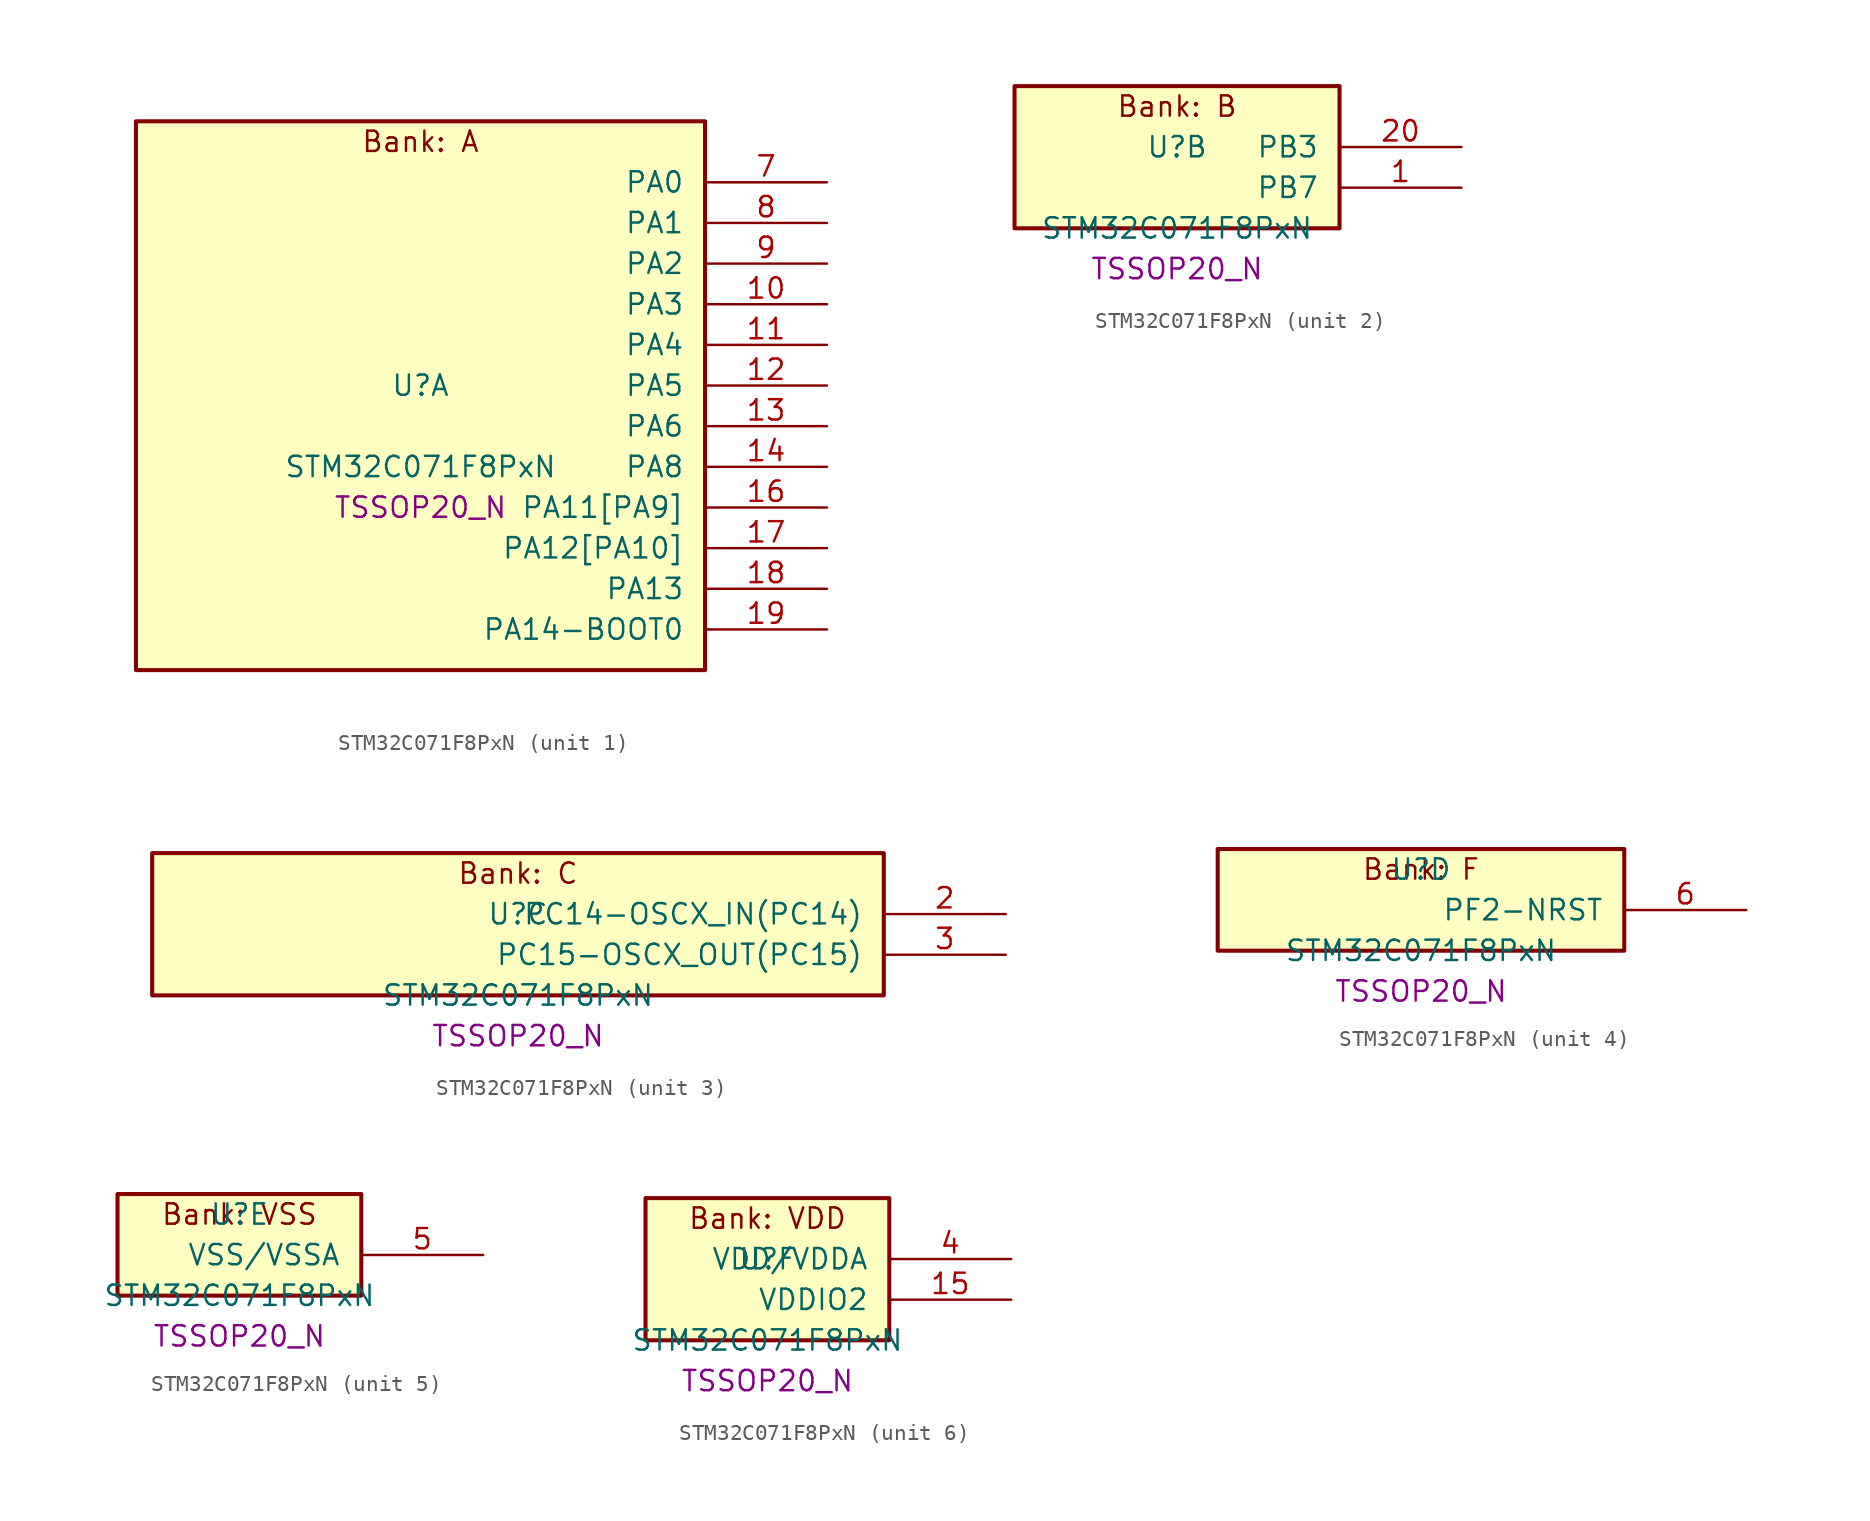
<source format=kicad_sym>
(kicad_symbol_lib
  (version 20241209)
  (generator "stm32_pkl_generator")
  (generator_version "1.0")
  (symbol "STM32C071F8PxN"
    (pin_names
      (offset 1.27))
    (property "Reference" "U"
      (at 0 2.54 0))
    (property "Value" "STM32C071F8PxN"
      (at 0 -2.54 0))
    (property "Footprint" "TSSOP20_N"
      (at 0 -5.08 0))
    (symbol "STM32C071F8PxN_1_1"
      (rectangle (start -17.78 19.05) (end 17.78 -15.24) (stroke (width 0.254) (type solid)) (fill (type background)))
      (text "Bank: A" (at 0 17.78 0))
      (pin bidirectional line (at 25.4 15.24 180) (length 7.62) (name "PA0") (number "7") (alternate "PA0/ADC1_IN0" bidirectional line) (alternate "PA0/PWR_WKUP1" bidirectional line) (alternate "PA0/SPI2_SCK" bidirectional line) (alternate "PA0/TIM16_CH1" bidirectional line) (alternate "PA0/TIM1_CH1" bidirectional line) (alternate "PA0/TIM2_CH1" bidirectional line) (alternate "PA0/TIM2_ETR" bidirectional line) (alternate "PA0/USART1_TX" bidirectional line) (alternate "PA0/USART2_CTS" bidirectional line) (alternate "PA0/USART2_NSS" bidirectional line))
      (pin bidirectional line (at 25.4 12.7 180) (length 7.62) (name "PA1") (number "8") (alternate "PA1/ADC1_IN1" bidirectional line) (alternate "PA1/I2C1_SMBA" bidirectional line) (alternate "PA1/I2S1_CK" bidirectional line) (alternate "PA1/SPI1_SCK" bidirectional line) (alternate "PA1/TIM17_CH1" bidirectional line) (alternate "PA1/TIM1_CH2" bidirectional line) (alternate "PA1/TIM2_CH2" bidirectional line) (alternate "PA1/USART1_RX" bidirectional line) (alternate "PA1/USART2_CK" bidirectional line) (alternate "PA1/USART2_DE" bidirectional line) (alternate "PA1/USART2_RTS" bidirectional line))
      (pin bidirectional line (at 25.4 10.16 180) (length 7.62) (name "PA2") (number "9") (alternate "PA2/ADC1_IN2" bidirectional line) (alternate "PA2/I2S1_SD" bidirectional line) (alternate "PA2/PWR_WKUP4" bidirectional line) (alternate "PA2/RCC_LSCO" bidirectional line) (alternate "PA2/SPI1_MOSI" bidirectional line) (alternate "PA2/TIM16_CH1N" bidirectional line) (alternate "PA2/TIM1_CH3" bidirectional line) (alternate "PA2/TIM2_CH3" bidirectional line) (alternate "PA2/TIM3_ETR" bidirectional line) (alternate "PA2/USART2_TX" bidirectional line))
      (pin bidirectional line (at 25.4 7.62 180) (length 7.62) (name "PA3") (number "10") (alternate "PA3/ADC1_IN3" bidirectional line) (alternate "PA3/SPI2_MISO" bidirectional line) (alternate "PA3/TIM1_CH1N" bidirectional line) (alternate "PA3/TIM1_CH4" bidirectional line) (alternate "PA3/TIM2_CH4" bidirectional line) (alternate "PA3/USART2_RX" bidirectional line))
      (pin bidirectional line (at 25.4 5.08 180) (length 7.62) (name "PA4") (number "11") (alternate "PA4/ADC1_IN4" bidirectional line) (alternate "PA4/I2S1_WS" bidirectional line) (alternate "PA4/PWR_WKUP2" bidirectional line) (alternate "PA4/RTC_OUT1" bidirectional line) (alternate "PA4/RTC_TS" bidirectional line) (alternate "PA4/SPI1_NSS" bidirectional line) (alternate "PA4/SPI2_MOSI" bidirectional line) (alternate "PA4/TIM14_CH1" bidirectional line) (alternate "PA4/TIM17_CH1N" bidirectional line) (alternate "PA4/TIM1_CH2N" bidirectional line) (alternate "PA4/USART2_TX" bidirectional line) (alternate "PA4/USB_NOE" bidirectional line))
      (pin bidirectional line (at 25.4 2.54 180) (length 7.62) (name "PA5") (number "12") (alternate "PA5/ADC1_IN5" bidirectional line) (alternate "PA5/I2S1_CK" bidirectional line) (alternate "PA5/SPI1_SCK" bidirectional line) (alternate "PA5/TIM1_CH1" bidirectional line) (alternate "PA5/TIM1_CH3N" bidirectional line) (alternate "PA5/TIM2_CH1" bidirectional line) (alternate "PA5/TIM2_ETR" bidirectional line) (alternate "PA5/USART2_RX" bidirectional line))
      (pin bidirectional line (at 25.4 0 180) (length 7.62) (name "PA6") (number "13") (alternate "PA6/ADC1_IN6" bidirectional line) (alternate "PA6/I2C2_SDA" bidirectional line) (alternate "PA6/I2S1_MCK" bidirectional line) (alternate "PA6/SPI1_MISO" bidirectional line) (alternate "PA6/TIM16_CH1" bidirectional line) (alternate "PA6/TIM1_BKIN" bidirectional line) (alternate "PA6/TIM3_CH1" bidirectional line))
      (pin bidirectional line (at 25.4 -2.54 180) (length 7.62) (name "PA8") (number "14") (alternate "PA8/ADC1_IN8" bidirectional line) (alternate "PA8/CRS_SYNC" bidirectional line) (alternate "PA8/I2S1_WS" bidirectional line) (alternate "PA8/RCC_MCO" bidirectional line) (alternate "PA8/RCC_MCO_2" bidirectional line) (alternate "PA8/SPI1_NSS" bidirectional line) (alternate "PA8/SPI2_MISO" bidirectional line) (alternate "PA8/SPI2_NSS" bidirectional line) (alternate "PA8/TIM14_CH1" bidirectional line) (alternate "PA8/TIM1_CH1" bidirectional line) (alternate "PA8/TIM1_CH2N" bidirectional line) (alternate "PA8/TIM1_CH3N" bidirectional line) (alternate "PA8/TIM3_CH3" bidirectional line) (alternate "PA8/TIM3_CH4" bidirectional line) (alternate "PA8/USART1_RX" bidirectional line) (alternate "PA8/USART2_TX" bidirectional line))
      (pin bidirectional line (at 25.4 -5.08 180) (length 7.62) (name "PA11[PA9]") (number "16") (alternate "PA11[PA9]/ADC1_EXTI11" bidirectional line) (alternate "PA11[PA9]/I2C2_SCL" bidirectional line) (alternate "PA11[PA9]/I2S1_MCK" bidirectional line) (alternate "PA11[PA9]/SPI1_MISO" bidirectional line) (alternate "PA11[PA9]/TIM1_BKIN2" bidirectional line) (alternate "PA11[PA9]/TIM1_CH4" bidirectional line) (alternate "PA11[PA9]/USART1_CTS" bidirectional line) (alternate "PA11[PA9]/USART1_NSS" bidirectional line) (alternate "PA11[PA9]/USB_DM" bidirectional line) (alternate "PA11[PA9]/PA9[PA11]" bidirectional line) (alternate "PA11[PA9]/I2C1_SCL" bidirectional line) (alternate "PA11[PA9]/RCC_MCO" bidirectional line) (alternate "PA11[PA9]/SPI2_MISO" bidirectional line) (alternate "PA11[PA9]/TIM1_CH2" bidirectional line) (alternate "PA11[PA9]/TIM3_ETR" bidirectional line) (alternate "PA11[PA9]/USART1_TX" bidirectional line))
      (pin bidirectional line (at 25.4 -7.62 180) (length 7.62) (name "PA12[PA10]") (number "17") (alternate "PA12[PA10]/I2C2_SDA" bidirectional line) (alternate "PA12[PA10]/I2S1_SD" bidirectional line) (alternate "PA12[PA10]/I2S_CKIN" bidirectional line) (alternate "PA12[PA10]/SPI1_MOSI" bidirectional line) (alternate "PA12[PA10]/TIM1_ETR" bidirectional line) (alternate "PA12[PA10]/USART1_CK" bidirectional line) (alternate "PA12[PA10]/USART1_DE" bidirectional line) (alternate "PA12[PA10]/USART1_RTS" bidirectional line) (alternate "PA12[PA10]/USB_DP" bidirectional line) (alternate "PA12[PA10]/PA10[PA12]" bidirectional line) (alternate "PA12[PA10]/I2C1_SDA" bidirectional line) (alternate "PA12[PA10]/RCC_MCO_2" bidirectional line) (alternate "PA12[PA10]/SPI2_MOSI" bidirectional line) (alternate "PA12[PA10]/TIM17_BKIN" bidirectional line) (alternate "PA12[PA10]/TIM1_CH3" bidirectional line) (alternate "PA12[PA10]/USART1_RX" bidirectional line))
      (pin bidirectional line (at 25.4 -10.16 180) (length 7.62) (name "PA13") (number "18") (alternate "PA13/ADC1_IN13" bidirectional line) (alternate "PA13/DEBUG_SWDIO" bidirectional line) (alternate "PA13/IR_OUT" bidirectional line) (alternate "PA13/TIM3_ETR" bidirectional line) (alternate "PA13/USART2_RX" bidirectional line) (alternate "PA13/USB_NOE" bidirectional line))
      (pin bidirectional line (at 25.4 -12.7 180) (length 7.62) (name "PA14-BOOT0") (number "19") (alternate "PA14-BOOT0/ADC1_IN14" bidirectional line) (alternate "PA14-BOOT0/DEBUG_SWCLK" bidirectional line) (alternate "PA14-BOOT0/I2S1_WS" bidirectional line) (alternate "PA14-BOOT0/RCC_MCO_2" bidirectional line) (alternate "PA14-BOOT0/SPI1_NSS" bidirectional line) (alternate "PA14-BOOT0/TIM1_CH1" bidirectional line) (alternate "PA14-BOOT0/USART1_CK" bidirectional line) (alternate "PA14-BOOT0/USART1_DE" bidirectional line) (alternate "PA14-BOOT0/USART1_RTS" bidirectional line) (alternate "PA14-BOOT0/USART2_RX" bidirectional line) (alternate "PA14-BOOT0/USART2_TX" bidirectional line) (alternate "PA14-BOOT0/PA15" bidirectional line) (alternate "PA14-BOOT0/TIM2_CH1" bidirectional line) (alternate "PA14-BOOT0/TIM2_ETR" bidirectional line) (alternate "PA14-BOOT0/USB_NOE" bidirectional line)))
    (symbol "STM32C071F8PxN_2_1"
      (rectangle (start -10.16 6.35) (end 10.16 -2.54) (stroke (width 0.254) (type solid)) (fill (type background)))
      (text "Bank: B" (at 0 5.08 0))
      (pin bidirectional line (at 17.78 2.54 180) (length 7.62) (name "PB3") (number "20") (alternate "PB3/I2C2_SCL" bidirectional line) (alternate "PB3/I2S1_CK" bidirectional line) (alternate "PB3/SPI1_SCK" bidirectional line) (alternate "PB3/TIM1_CH2" bidirectional line) (alternate "PB3/TIM2_CH2" bidirectional line) (alternate "PB3/TIM3_CH2" bidirectional line) (alternate "PB3/USART1_CK" bidirectional line) (alternate "PB3/USART1_DE" bidirectional line) (alternate "PB3/USART1_RTS" bidirectional line) (alternate "PB3/PB4" bidirectional line) (alternate "PB3/I2C2_SDA" bidirectional line) (alternate "PB3/I2S1_MCK" bidirectional line) (alternate "PB3/SPI1_MISO" bidirectional line) (alternate "PB3/TIM17_BKIN" bidirectional line) (alternate "PB3/TIM3_CH1" bidirectional line) (alternate "PB3/USART1_CTS" bidirectional line) (alternate "PB3/USART1_NSS" bidirectional line) (alternate "PB3/PB5" bidirectional line) (alternate "PB3/I2C1_SMBA" bidirectional line) (alternate "PB3/I2S1_SD" bidirectional line) (alternate "PB3/PWR_WKUP6" bidirectional line) (alternate "PB3/SPI1_MOSI" bidirectional line) (alternate "PB3/TIM16_BKIN" bidirectional line) (alternate "PB3/TIM3_CH3" bidirectional line) (alternate "PB3/PB6" bidirectional line) (alternate "PB3/I2C1_SCL" bidirectional line) (alternate "PB3/PWR_WKUP3" bidirectional line) (alternate "PB3/SPI2_MISO" bidirectional line) (alternate "PB3/TIM16_CH1N" bidirectional line) (alternate "PB3/TIM1_CH3" bidirectional line) (alternate "PB3/USART1_TX" bidirectional line))
      (pin bidirectional line (at 17.78 0 180) (length 7.62) (name "PB7") (number "1") (alternate "PB7/I2C1_SCL" bidirectional line) (alternate "PB7/I2C1_SDA" bidirectional line) (alternate "PB7/RTC_REFIN" bidirectional line) (alternate "PB7/SPI2_MOSI" bidirectional line) (alternate "PB7/TIM16_CH1" bidirectional line) (alternate "PB7/TIM17_CH1N" bidirectional line) (alternate "PB7/TIM1_CH4" bidirectional line) (alternate "PB7/TIM3_CH1" bidirectional line) (alternate "PB7/TIM3_CH4" bidirectional line) (alternate "PB7/USART1_RX" bidirectional line) (alternate "PB7/USART2_CTS" bidirectional line) (alternate "PB7/USART2_NSS" bidirectional line) (alternate "PB7/PB8" bidirectional line) (alternate "PB7/SPI2_SCK" bidirectional line)))
    (symbol "STM32C071F8PxN_3_1"
      (rectangle (start -22.86 6.35) (end 22.86 -2.54) (stroke (width 0.254) (type solid)) (fill (type background)))
      (text "Bank: C" (at 0 5.08 0))
      (pin bidirectional line (at 30.48 2.54 180) (length 7.62) (name "PC14-OSCX_IN(PC14)") (number "2") (alternate "PC14-OSCX_IN(PC14)/I2C1_SDA" bidirectional line) (alternate "PC14-OSCX_IN(PC14)/IR_OUT" bidirectional line) (alternate "PC14-OSCX_IN(PC14)/RCC_OSCX_IN" bidirectional line) (alternate "PC14-OSCX_IN(PC14)/SPI2_NSS" bidirectional line) (alternate "PC14-OSCX_IN(PC14)/TIM17_CH1" bidirectional line) (alternate "PC14-OSCX_IN(PC14)/TIM1_BKIN2" bidirectional line) (alternate "PC14-OSCX_IN(PC14)/TIM1_ETR" bidirectional line) (alternate "PC14-OSCX_IN(PC14)/TIM3_CH2" bidirectional line) (alternate "PC14-OSCX_IN(PC14)/USART1_TX" bidirectional line) (alternate "PC14-OSCX_IN(PC14)/USART2_CK" bidirectional line) (alternate "PC14-OSCX_IN(PC14)/USART2_DE" bidirectional line) (alternate "PC14-OSCX_IN(PC14)/USART2_RTS" bidirectional line))
      (pin bidirectional line (at 30.48 0 180) (length 7.62) (name "PC15-OSCX_OUT(PC15)") (number "3") (alternate "PC15-OSCX_OUT(PC15)/RCC_OSC32_EN" bidirectional line) (alternate "PC15-OSCX_OUT(PC15)/RCC_OSCX_OUT" bidirectional line) (alternate "PC15-OSCX_OUT(PC15)/RCC_OSC_EN" bidirectional line) (alternate "PC15-OSCX_OUT(PC15)/TIM1_ETR" bidirectional line) (alternate "PC15-OSCX_OUT(PC15)/TIM3_CH3" bidirectional line)))
    (symbol "STM32C071F8PxN_4_1"
      (rectangle (start -12.7 3.81) (end 12.7 -2.54) (stroke (width 0.254) (type solid)) (fill (type background)))
      (text "Bank: F" (at 0 2.54 0))
      (pin bidirectional line (at 20.32 0 180) (length 7.62) (name "PF2-NRST") (number "6") (alternate "PF2-NRST/RCC_MCO" bidirectional line) (alternate "PF2-NRST/TIM1_CH4" bidirectional line)))
    (symbol "STM32C071F8PxN_5_1"
      (rectangle (start -7.62 3.81) (end 7.62 -2.54) (stroke (width 0.254) (type solid)) (fill (type background)))
      (text "Bank: VSS" (at 0 2.54 0))
      (pin power_in line (at 15.24 0 180) (length 7.62) (name "VSS/VSSA") (number "5")))
    (symbol "STM32C071F8PxN_6_1"
      (rectangle (start -7.62 6.35) (end 7.62 -2.54) (stroke (width 0.254) (type solid)) (fill (type background)))
      (text "Bank: VDD" (at 0 5.08 0))
      (pin power_in line (at 15.24 2.54 180) (length 7.62) (name "VDD/VDDA") (number "4"))
      (pin power_in line (at 15.24 0 180) (length 7.62) (name "VDDIO2") (number "15")))))
</source>
